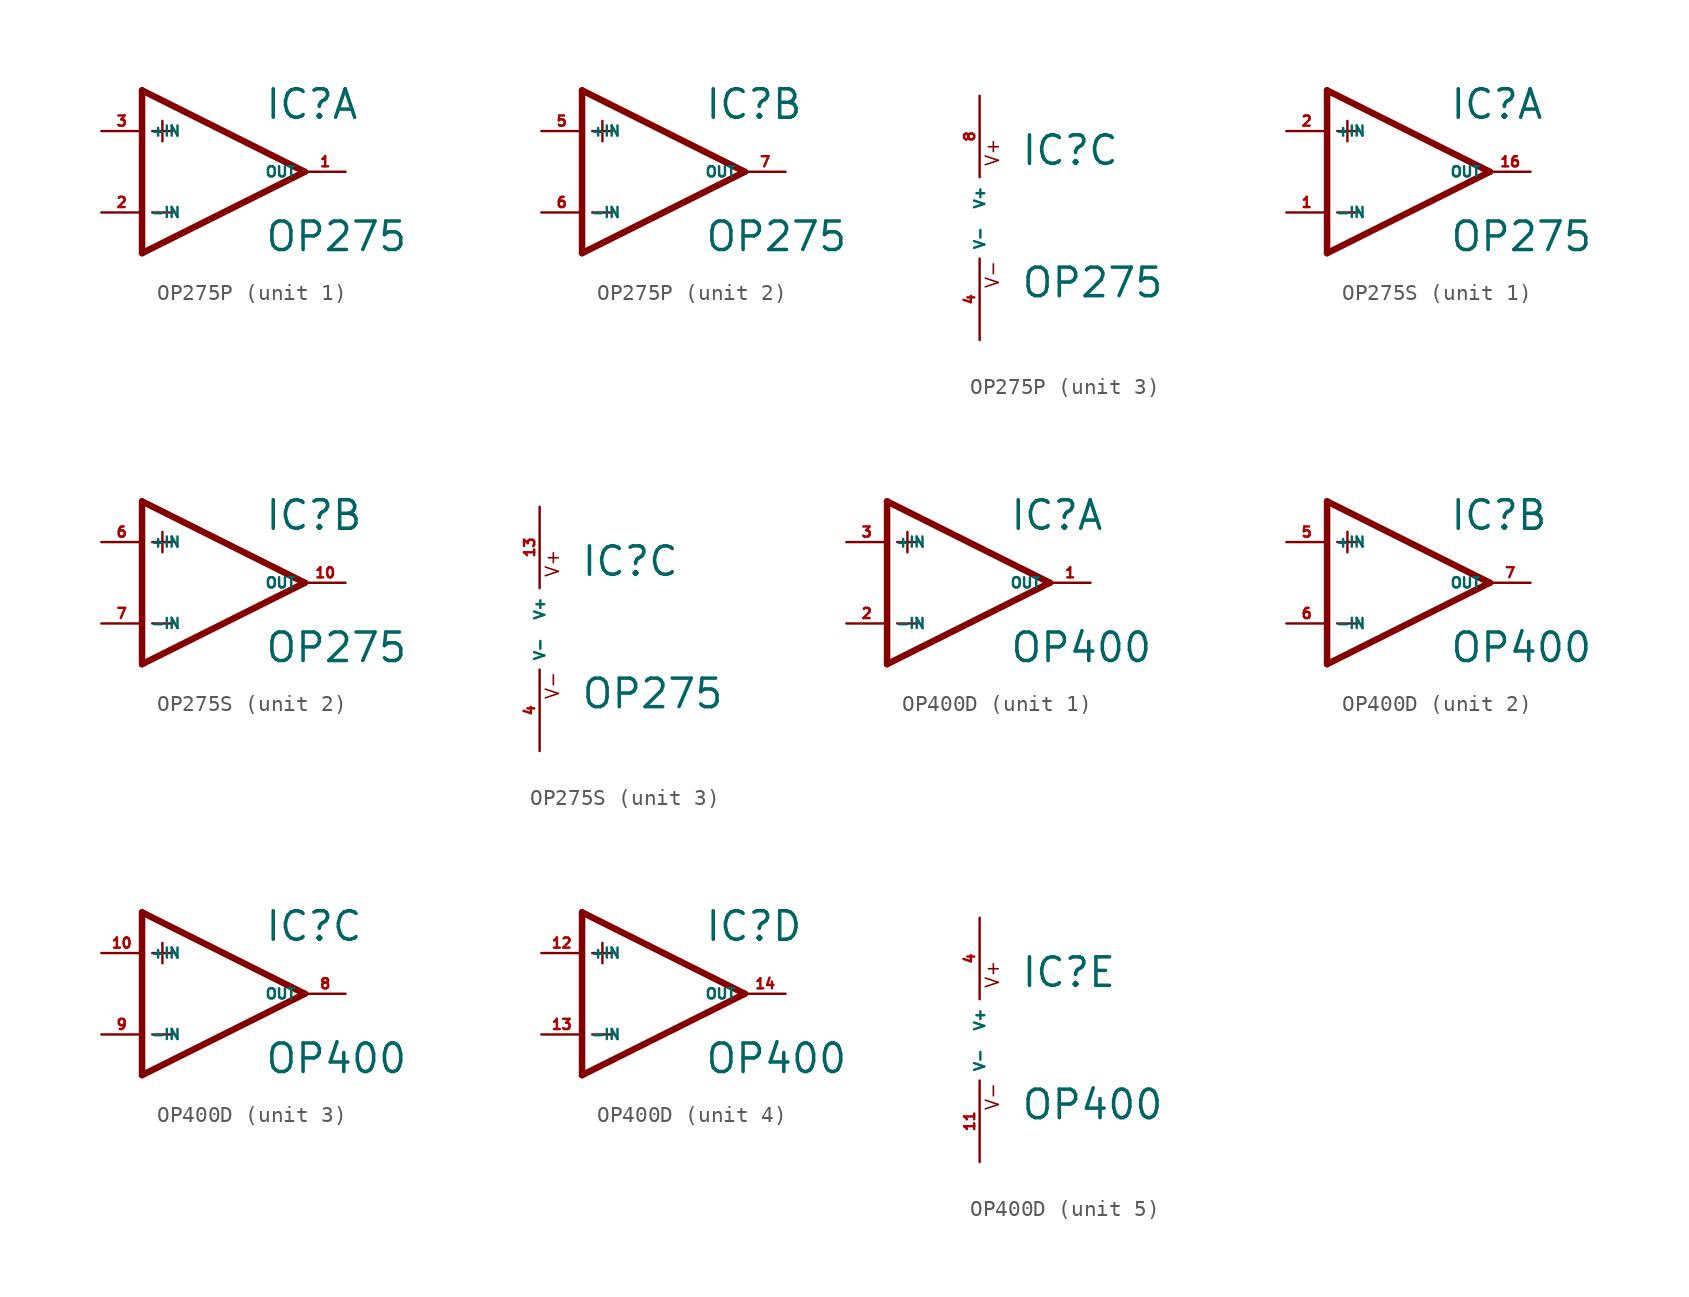
<source format=kicad_sym>
(kicad_symbol_lib
  (version 20220914)
  (generator Eagle2Kicad)
  (symbol "OP275P"
    (property "Reference" "IC"
      (at 2.54 3.175 0)
      (effects (font (size 1.778 1.778) (thickness 0.22)) (justify left bottom)))
    (property "Value" "OP275"
      (at 2.54 -5.08 0)
      (effects (font (size 1.778 1.778) (thickness 0.22)) (justify left bottom)))
    (symbol "OP275P_1_0"
      (polyline (pts (xy -5.08 5.08) (xy -5.08 -5.08)) (stroke (width 0.406) (type default)) (fill (type none)))
      (polyline (pts (xy -5.08 -5.08) (xy 5.08 0)) (stroke (width 0.406) (type default)) (fill (type none)))
      (polyline (pts (xy 5.08 0) (xy -5.08 5.08)) (stroke (width 0.406) (type default)) (fill (type none)))
      (polyline (pts (xy -3.81 3.175) (xy -3.81 1.905)) (stroke (width 0.152) (type default)) (fill (type none)))
      (polyline (pts (xy -4.445 2.54) (xy -3.175 2.54)) (stroke (width 0.152) (type default)) (fill (type none)))
      (polyline (pts (xy -4.445 -2.54) (xy -3.175 -2.54)) (stroke (width 0.152) (type default)) (fill (type none)))
      (pin input line (at -7.62 -2.54 0) (length 2.54) (name "-IN" (effects (font (size 0.635 0.635) (thickness 0.08)) (justify left bottom))) (number "2" (effects (font (size 0.635 0.635) (thickness 0.08)) (justify left bottom))))
      (pin input line (at -7.62 2.54 0) (length 2.54) (name "+IN" (effects (font (size 0.635 0.635) (thickness 0.08)) (justify left bottom))) (number "3" (effects (font (size 0.635 0.635) (thickness 0.08)) (justify left bottom))))
      (pin output line (at 7.62 0 180) (length 2.54) (name "OUT" (effects (font (size 0.635 0.635) (thickness 0.08)) (justify left bottom))) (number "1" (effects (font (size 0.635 0.635) (thickness 0.08)) (justify left bottom)))))
    (symbol "OP275P_2_0"
      (polyline (pts (xy -5.08 5.08) (xy -5.08 -5.08)) (stroke (width 0.406) (type default)) (fill (type none)))
      (polyline (pts (xy -5.08 -5.08) (xy 5.08 0)) (stroke (width 0.406) (type default)) (fill (type none)))
      (polyline (pts (xy 5.08 0) (xy -5.08 5.08)) (stroke (width 0.406) (type default)) (fill (type none)))
      (polyline (pts (xy -3.81 3.175) (xy -3.81 1.905)) (stroke (width 0.152) (type default)) (fill (type none)))
      (polyline (pts (xy -4.445 2.54) (xy -3.175 2.54)) (stroke (width 0.152) (type default)) (fill (type none)))
      (polyline (pts (xy -4.445 -2.54) (xy -3.175 -2.54)) (stroke (width 0.152) (type default)) (fill (type none)))
      (pin input line (at -7.62 -2.54 0) (length 2.54) (name "-IN" (effects (font (size 0.635 0.635) (thickness 0.08)) (justify left bottom))) (number "6" (effects (font (size 0.635 0.635) (thickness 0.08)) (justify left bottom))))
      (pin input line (at -7.62 2.54 0) (length 2.54) (name "+IN" (effects (font (size 0.635 0.635) (thickness 0.08)) (justify left bottom))) (number "5" (effects (font (size 0.635 0.635) (thickness 0.08)) (justify left bottom))))
      (pin output line (at 7.62 0 180) (length 2.54) (name "OUT" (effects (font (size 0.635 0.635) (thickness 0.08)) (justify left bottom))) (number "7" (effects (font (size 0.635 0.635) (thickness 0.08)) (justify left bottom)))))
    (symbol "OP275P_3_0"
      (text "V+" (at 1.27 3.175 900) (effects (font (size 0.813 0.813) (thickness 0.10)) (justify left bottom)))
      (text "V-" (at 1.27 -4.445 900) (effects (font (size 0.813 0.813) (thickness 0.10)) (justify left bottom)))
      (pin unspecified line (at 0 7.62 270) (length 5.08) (name "V+" (effects (font (size 0.635 0.635) (thickness 0.08)) (justify left bottom))) (number "8" (effects (font (size 0.635 0.635) (thickness 0.08)) (justify left bottom))))
      (pin unspecified line (at 0 -7.62 90) (length 5.08) (name "V-" (effects (font (size 0.635 0.635) (thickness 0.08)) (justify left bottom))) (number "4" (effects (font (size 0.635 0.635) (thickness 0.08)) (justify left bottom))))))
  (symbol "OP275S"
    (property "Reference" "IC"
      (at 2.54 3.175 0)
      (effects (font (size 1.778 1.778) (thickness 0.22)) (justify left bottom)))
    (property "Value" "OP275"
      (at 2.54 -5.08 0)
      (effects (font (size 1.778 1.778) (thickness 0.22)) (justify left bottom)))
    (symbol "OP275S_1_0"
      (polyline (pts (xy -5.08 5.08) (xy -5.08 -5.08)) (stroke (width 0.406) (type default)) (fill (type none)))
      (polyline (pts (xy -5.08 -5.08) (xy 5.08 0)) (stroke (width 0.406) (type default)) (fill (type none)))
      (polyline (pts (xy 5.08 0) (xy -5.08 5.08)) (stroke (width 0.406) (type default)) (fill (type none)))
      (polyline (pts (xy -3.81 3.175) (xy -3.81 1.905)) (stroke (width 0.152) (type default)) (fill (type none)))
      (polyline (pts (xy -4.445 2.54) (xy -3.175 2.54)) (stroke (width 0.152) (type default)) (fill (type none)))
      (polyline (pts (xy -4.445 -2.54) (xy -3.175 -2.54)) (stroke (width 0.152) (type default)) (fill (type none)))
      (pin input line (at -7.62 -2.54 0) (length 2.54) (name "-IN" (effects (font (size 0.635 0.635) (thickness 0.08)) (justify left bottom))) (number "1" (effects (font (size 0.635 0.635) (thickness 0.08)) (justify left bottom))))
      (pin input line (at -7.62 2.54 0) (length 2.54) (name "+IN" (effects (font (size 0.635 0.635) (thickness 0.08)) (justify left bottom))) (number "2" (effects (font (size 0.635 0.635) (thickness 0.08)) (justify left bottom))))
      (pin output line (at 7.62 0 180) (length 2.54) (name "OUT" (effects (font (size 0.635 0.635) (thickness 0.08)) (justify left bottom))) (number "16" (effects (font (size 0.635 0.635) (thickness 0.08)) (justify left bottom)))))
    (symbol "OP275S_2_0"
      (polyline (pts (xy -5.08 5.08) (xy -5.08 -5.08)) (stroke (width 0.406) (type default)) (fill (type none)))
      (polyline (pts (xy -5.08 -5.08) (xy 5.08 0)) (stroke (width 0.406) (type default)) (fill (type none)))
      (polyline (pts (xy 5.08 0) (xy -5.08 5.08)) (stroke (width 0.406) (type default)) (fill (type none)))
      (polyline (pts (xy -3.81 3.175) (xy -3.81 1.905)) (stroke (width 0.152) (type default)) (fill (type none)))
      (polyline (pts (xy -4.445 2.54) (xy -3.175 2.54)) (stroke (width 0.152) (type default)) (fill (type none)))
      (polyline (pts (xy -4.445 -2.54) (xy -3.175 -2.54)) (stroke (width 0.152) (type default)) (fill (type none)))
      (pin input line (at -7.62 -2.54 0) (length 2.54) (name "-IN" (effects (font (size 0.635 0.635) (thickness 0.08)) (justify left bottom))) (number "7" (effects (font (size 0.635 0.635) (thickness 0.08)) (justify left bottom))))
      (pin input line (at -7.62 2.54 0) (length 2.54) (name "+IN" (effects (font (size 0.635 0.635) (thickness 0.08)) (justify left bottom))) (number "6" (effects (font (size 0.635 0.635) (thickness 0.08)) (justify left bottom))))
      (pin output line (at 7.62 0 180) (length 2.54) (name "OUT" (effects (font (size 0.635 0.635) (thickness 0.08)) (justify left bottom))) (number "10" (effects (font (size 0.635 0.635) (thickness 0.08)) (justify left bottom)))))
    (symbol "OP275S_3_0"
      (text "V+" (at 1.27 3.175 900) (effects (font (size 0.813 0.813) (thickness 0.10)) (justify left bottom)))
      (text "V-" (at 1.27 -4.445 900) (effects (font (size 0.813 0.813) (thickness 0.10)) (justify left bottom)))
      (pin unspecified line (at 0 7.62 270) (length 5.08) (name "V+" (effects (font (size 0.635 0.635) (thickness 0.08)) (justify left bottom))) (number "13" (effects (font (size 0.635 0.635) (thickness 0.08)) (justify left bottom))))
      (pin unspecified line (at 0 -7.62 90) (length 5.08) (name "V-" (effects (font (size 0.635 0.635) (thickness 0.08)) (justify left bottom))) (number "4" (effects (font (size 0.635 0.635) (thickness 0.08)) (justify left bottom))))))
  (symbol "OP400D"
    (property "Reference" "IC"
      (at 2.54 3.175 0)
      (effects (font (size 1.778 1.778) (thickness 0.22)) (justify left bottom)))
    (property "Value" "OP400"
      (at 2.54 -5.08 0)
      (effects (font (size 1.778 1.778) (thickness 0.22)) (justify left bottom)))
    (symbol "OP400D_1_0"
      (polyline (pts (xy -5.08 5.08) (xy -5.08 -5.08)) (stroke (width 0.406) (type default)) (fill (type none)))
      (polyline (pts (xy -5.08 -5.08) (xy 5.08 0)) (stroke (width 0.406) (type default)) (fill (type none)))
      (polyline (pts (xy 5.08 0) (xy -5.08 5.08)) (stroke (width 0.406) (type default)) (fill (type none)))
      (polyline (pts (xy -3.81 3.175) (xy -3.81 1.905)) (stroke (width 0.152) (type default)) (fill (type none)))
      (polyline (pts (xy -4.445 2.54) (xy -3.175 2.54)) (stroke (width 0.152) (type default)) (fill (type none)))
      (polyline (pts (xy -4.445 -2.54) (xy -3.175 -2.54)) (stroke (width 0.152) (type default)) (fill (type none)))
      (pin input line (at -7.62 -2.54 0) (length 2.54) (name "-IN" (effects (font (size 0.635 0.635) (thickness 0.08)) (justify left bottom))) (number "2" (effects (font (size 0.635 0.635) (thickness 0.08)) (justify left bottom))))
      (pin input line (at -7.62 2.54 0) (length 2.54) (name "+IN" (effects (font (size 0.635 0.635) (thickness 0.08)) (justify left bottom))) (number "3" (effects (font (size 0.635 0.635) (thickness 0.08)) (justify left bottom))))
      (pin output line (at 7.62 0 180) (length 2.54) (name "OUT" (effects (font (size 0.635 0.635) (thickness 0.08)) (justify left bottom))) (number "1" (effects (font (size 0.635 0.635) (thickness 0.08)) (justify left bottom)))))
    (symbol "OP400D_2_0"
      (polyline (pts (xy -5.08 5.08) (xy -5.08 -5.08)) (stroke (width 0.406) (type default)) (fill (type none)))
      (polyline (pts (xy -5.08 -5.08) (xy 5.08 0)) (stroke (width 0.406) (type default)) (fill (type none)))
      (polyline (pts (xy 5.08 0) (xy -5.08 5.08)) (stroke (width 0.406) (type default)) (fill (type none)))
      (polyline (pts (xy -3.81 3.175) (xy -3.81 1.905)) (stroke (width 0.152) (type default)) (fill (type none)))
      (polyline (pts (xy -4.445 2.54) (xy -3.175 2.54)) (stroke (width 0.152) (type default)) (fill (type none)))
      (polyline (pts (xy -4.445 -2.54) (xy -3.175 -2.54)) (stroke (width 0.152) (type default)) (fill (type none)))
      (pin input line (at -7.62 -2.54 0) (length 2.54) (name "-IN" (effects (font (size 0.635 0.635) (thickness 0.08)) (justify left bottom))) (number "6" (effects (font (size 0.635 0.635) (thickness 0.08)) (justify left bottom))))
      (pin input line (at -7.62 2.54 0) (length 2.54) (name "+IN" (effects (font (size 0.635 0.635) (thickness 0.08)) (justify left bottom))) (number "5" (effects (font (size 0.635 0.635) (thickness 0.08)) (justify left bottom))))
      (pin output line (at 7.62 0 180) (length 2.54) (name "OUT" (effects (font (size 0.635 0.635) (thickness 0.08)) (justify left bottom))) (number "7" (effects (font (size 0.635 0.635) (thickness 0.08)) (justify left bottom)))))
    (symbol "OP400D_3_0"
      (polyline (pts (xy -5.08 5.08) (xy -5.08 -5.08)) (stroke (width 0.406) (type default)) (fill (type none)))
      (polyline (pts (xy -5.08 -5.08) (xy 5.08 0)) (stroke (width 0.406) (type default)) (fill (type none)))
      (polyline (pts (xy 5.08 0) (xy -5.08 5.08)) (stroke (width 0.406) (type default)) (fill (type none)))
      (polyline (pts (xy -3.81 3.175) (xy -3.81 1.905)) (stroke (width 0.152) (type default)) (fill (type none)))
      (polyline (pts (xy -4.445 2.54) (xy -3.175 2.54)) (stroke (width 0.152) (type default)) (fill (type none)))
      (polyline (pts (xy -4.445 -2.54) (xy -3.175 -2.54)) (stroke (width 0.152) (type default)) (fill (type none)))
      (pin input line (at -7.62 -2.54 0) (length 2.54) (name "-IN" (effects (font (size 0.635 0.635) (thickness 0.08)) (justify left bottom))) (number "9" (effects (font (size 0.635 0.635) (thickness 0.08)) (justify left bottom))))
      (pin input line (at -7.62 2.54 0) (length 2.54) (name "+IN" (effects (font (size 0.635 0.635) (thickness 0.08)) (justify left bottom))) (number "10" (effects (font (size 0.635 0.635) (thickness 0.08)) (justify left bottom))))
      (pin output line (at 7.62 0 180) (length 2.54) (name "OUT" (effects (font (size 0.635 0.635) (thickness 0.08)) (justify left bottom))) (number "8" (effects (font (size 0.635 0.635) (thickness 0.08)) (justify left bottom)))))
    (symbol "OP400D_4_0"
      (polyline (pts (xy -5.08 5.08) (xy -5.08 -5.08)) (stroke (width 0.406) (type default)) (fill (type none)))
      (polyline (pts (xy -5.08 -5.08) (xy 5.08 0)) (stroke (width 0.406) (type default)) (fill (type none)))
      (polyline (pts (xy 5.08 0) (xy -5.08 5.08)) (stroke (width 0.406) (type default)) (fill (type none)))
      (polyline (pts (xy -3.81 3.175) (xy -3.81 1.905)) (stroke (width 0.152) (type default)) (fill (type none)))
      (polyline (pts (xy -4.445 2.54) (xy -3.175 2.54)) (stroke (width 0.152) (type default)) (fill (type none)))
      (polyline (pts (xy -4.445 -2.54) (xy -3.175 -2.54)) (stroke (width 0.152) (type default)) (fill (type none)))
      (pin input line (at -7.62 -2.54 0) (length 2.54) (name "-IN" (effects (font (size 0.635 0.635) (thickness 0.08)) (justify left bottom))) (number "13" (effects (font (size 0.635 0.635) (thickness 0.08)) (justify left bottom))))
      (pin input line (at -7.62 2.54 0) (length 2.54) (name "+IN" (effects (font (size 0.635 0.635) (thickness 0.08)) (justify left bottom))) (number "12" (effects (font (size 0.635 0.635) (thickness 0.08)) (justify left bottom))))
      (pin output line (at 7.62 0 180) (length 2.54) (name "OUT" (effects (font (size 0.635 0.635) (thickness 0.08)) (justify left bottom))) (number "14" (effects (font (size 0.635 0.635) (thickness 0.08)) (justify left bottom)))))
    (symbol "OP400D_5_0"
      (text "V+" (at 1.27 3.175 900) (effects (font (size 0.813 0.813) (thickness 0.10)) (justify left bottom)))
      (text "V-" (at 1.27 -4.445 900) (effects (font (size 0.813 0.813) (thickness 0.10)) (justify left bottom)))
      (pin unspecified line (at 0 7.62 270) (length 5.08) (name "V+" (effects (font (size 0.635 0.635) (thickness 0.08)) (justify left bottom))) (number "4" (effects (font (size 0.635 0.635) (thickness 0.08)) (justify left bottom))))
      (pin unspecified line (at 0 -7.62 90) (length 5.08) (name "V-" (effects (font (size 0.635 0.635) (thickness 0.08)) (justify left bottom))) (number "11" (effects (font (size 0.635 0.635) (thickness 0.08)) (justify left bottom)))))))
</source>
